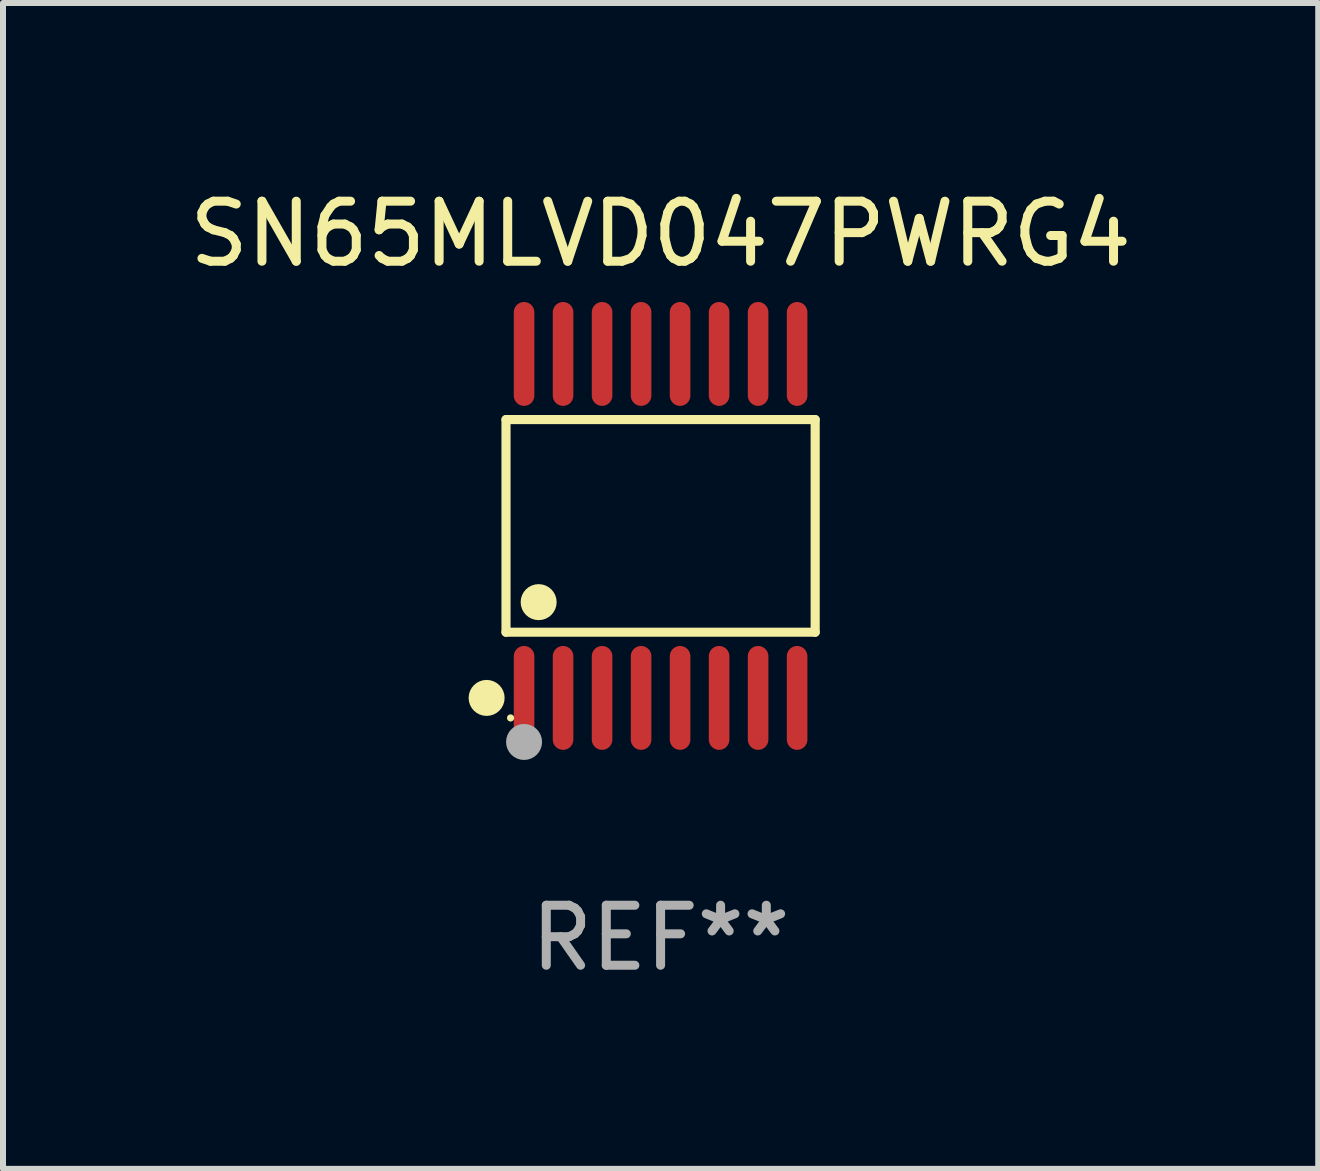
<source format=kicad_pcb>
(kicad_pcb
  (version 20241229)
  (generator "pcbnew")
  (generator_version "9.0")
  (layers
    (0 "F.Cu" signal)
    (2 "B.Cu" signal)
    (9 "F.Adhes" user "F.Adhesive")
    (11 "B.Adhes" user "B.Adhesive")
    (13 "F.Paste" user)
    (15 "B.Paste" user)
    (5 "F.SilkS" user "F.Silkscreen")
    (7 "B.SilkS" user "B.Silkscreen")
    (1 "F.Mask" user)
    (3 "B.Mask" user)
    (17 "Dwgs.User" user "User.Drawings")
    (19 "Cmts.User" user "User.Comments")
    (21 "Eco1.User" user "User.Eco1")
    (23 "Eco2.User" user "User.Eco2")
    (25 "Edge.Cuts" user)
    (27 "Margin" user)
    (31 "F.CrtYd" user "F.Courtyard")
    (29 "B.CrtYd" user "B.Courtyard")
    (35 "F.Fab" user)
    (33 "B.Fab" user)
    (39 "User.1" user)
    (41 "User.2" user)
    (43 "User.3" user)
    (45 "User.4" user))
  (footprint "SN65MLVD047PWRG4"
    (layer "F.Cu")
    (at 7.958 5.714)
    (property "Reference" "SN65MLVD047PWRG4" (at 0 -4.866 0) (layer "F.SilkS") (effects (font (size 1 1) (thickness 0.15))))
    (attr through_hole)
    (fp_line (start -2.576 -1.772) (end 2.576 -1.772) (stroke (width 0.152) (type solid)) (layer "F.SilkS"))
    (fp_line (start -2.576 1.771) (end -2.576 -1.772) (stroke (width 0.152) (type solid)) (layer "F.SilkS"))
    (fp_line (start 2.576 -1.772) (end 2.576 1.771) (stroke (width 0.152) (type solid)) (layer "F.SilkS"))
    (fp_line (start 2.576 1.771) (end -2.576 1.771) (stroke (width 0.152) (type solid)) (layer "F.SilkS"))
    (fp_circle (center -2.899 2.866) (end -2.749 2.866) (stroke (width 0.3) (type solid)) (fill no) (layer "F.SilkS"))
    (fp_circle (center -2.5 3.2) (end -2.47 3.2) (stroke (width 0.06) (type solid)) (fill no) (layer "F.SilkS"))
    (fp_circle (center -2.032 1.27) (end -1.882 1.27) (stroke (width 0.3) (type solid)) (fill no) (layer "F.SilkS"))
    (fp_circle (center -2.275 3.6) (end -2.125 3.6) (stroke (width 0.3) (type solid)) (fill no) (layer "F.Fab"))
    (fp_text user "REF**" (at 0 6.866 0) (layer "F.Fab") (effects (font (size 1 1) (thickness 0.15))))
    (pad "1" smd oval (at -2.275 2.866) (size 0.343 1.731) (layers "F.Cu" "F.Mask" "F.Paste"))
    (pad "2" smd oval (at -1.625 2.866) (size 0.343 1.731) (layers "F.Cu" "F.Mask" "F.Paste"))
    (pad "3" smd oval (at -0.975 2.866) (size 0.343 1.731) (layers "F.Cu" "F.Mask" "F.Paste"))
    (pad "4" smd oval (at -0.325 2.866) (size 0.343 1.731) (layers "F.Cu" "F.Mask" "F.Paste"))
    (pad "5" smd oval (at 0.325 2.866) (size 0.343 1.731) (layers "F.Cu" "F.Mask" "F.Paste"))
    (pad "6" smd oval (at 0.975 2.866) (size 0.343 1.731) (layers "F.Cu" "F.Mask" "F.Paste"))
    (pad "7" smd oval (at 1.625 2.866) (size 0.343 1.731) (layers "F.Cu" "F.Mask" "F.Paste"))
    (pad "8" smd oval (at 2.275 2.866) (size 0.343 1.731) (layers "F.Cu" "F.Mask" "F.Paste"))
    (pad "9" smd oval (at 2.275 -2.866) (size 0.343 1.731) (layers "F.Cu" "F.Mask" "F.Paste"))
    (pad "10" smd oval (at 1.625 -2.866) (size 0.343 1.731) (layers "F.Cu" "F.Mask" "F.Paste"))
    (pad "11" smd oval (at 0.975 -2.866) (size 0.343 1.731) (layers "F.Cu" "F.Mask" "F.Paste"))
    (pad "12" smd oval (at 0.325 -2.866) (size 0.343 1.731) (layers "F.Cu" "F.Mask" "F.Paste"))
    (pad "13" smd oval (at -0.325 -2.866) (size 0.343 1.731) (layers "F.Cu" "F.Mask" "F.Paste"))
    (pad "14" smd oval (at -0.975 -2.866) (size 0.343 1.731) (layers "F.Cu" "F.Mask" "F.Paste"))
    (pad "15" smd oval (at -1.625 -2.866) (size 0.343 1.731) (layers "F.Cu" "F.Mask" "F.Paste"))
    (pad "16" smd oval (at -2.275 -2.866) (size 0.343 1.731) (layers "F.Cu" "F.Mask" "F.Paste")))
  (gr_rect
    (start -3 -3)
    (end 18.917 16.428)
    (stroke (width 0.1) (type default))
    (fill no)
    (layer "Edge.Cuts")))
</source>
